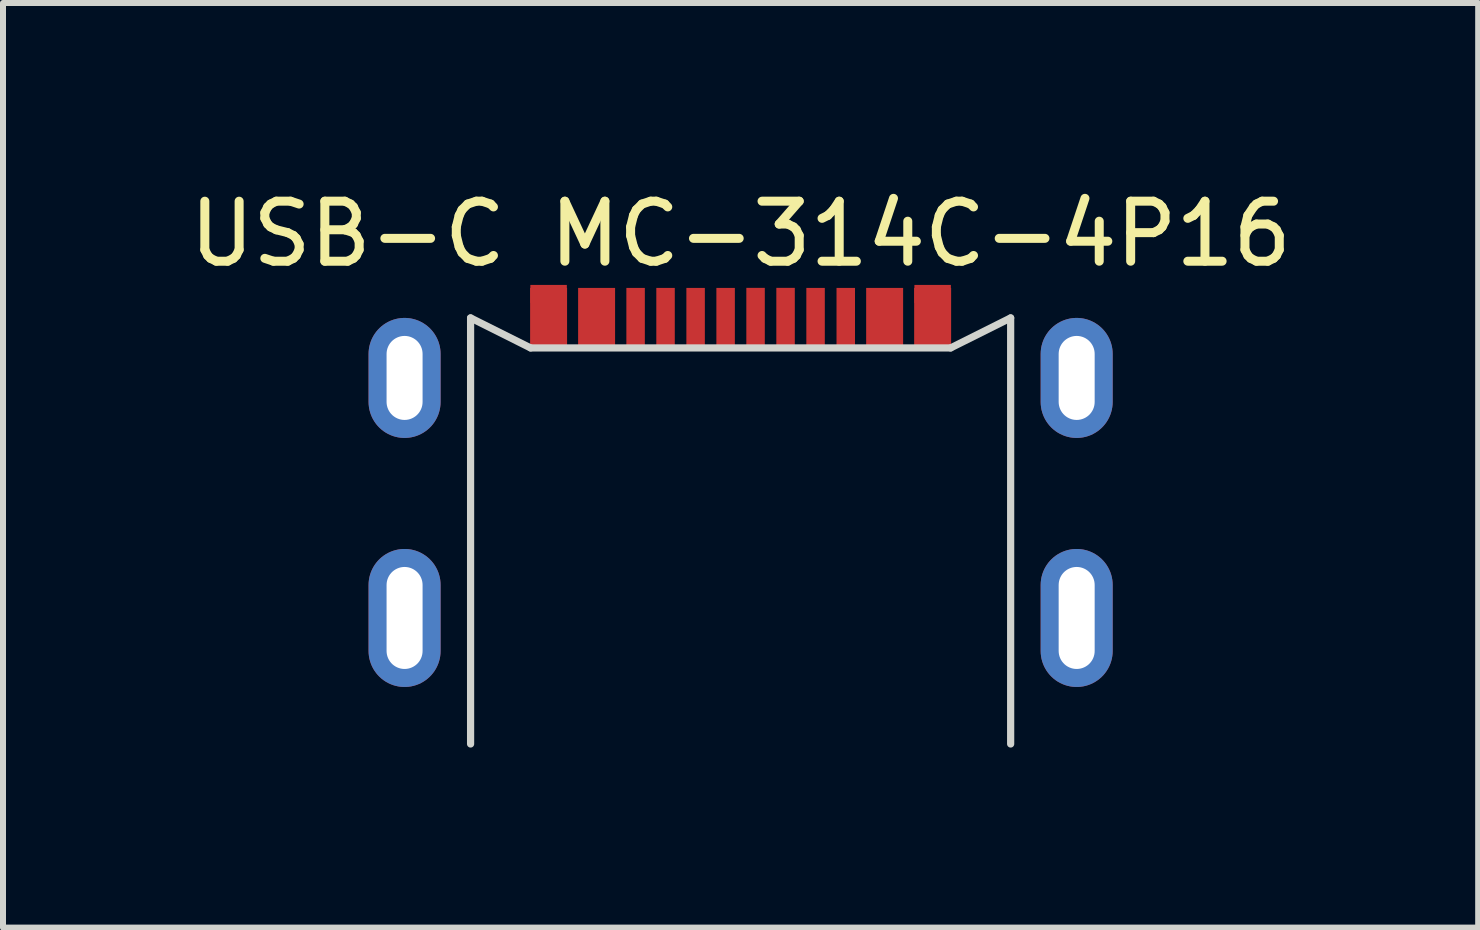
<source format=kicad_pcb>
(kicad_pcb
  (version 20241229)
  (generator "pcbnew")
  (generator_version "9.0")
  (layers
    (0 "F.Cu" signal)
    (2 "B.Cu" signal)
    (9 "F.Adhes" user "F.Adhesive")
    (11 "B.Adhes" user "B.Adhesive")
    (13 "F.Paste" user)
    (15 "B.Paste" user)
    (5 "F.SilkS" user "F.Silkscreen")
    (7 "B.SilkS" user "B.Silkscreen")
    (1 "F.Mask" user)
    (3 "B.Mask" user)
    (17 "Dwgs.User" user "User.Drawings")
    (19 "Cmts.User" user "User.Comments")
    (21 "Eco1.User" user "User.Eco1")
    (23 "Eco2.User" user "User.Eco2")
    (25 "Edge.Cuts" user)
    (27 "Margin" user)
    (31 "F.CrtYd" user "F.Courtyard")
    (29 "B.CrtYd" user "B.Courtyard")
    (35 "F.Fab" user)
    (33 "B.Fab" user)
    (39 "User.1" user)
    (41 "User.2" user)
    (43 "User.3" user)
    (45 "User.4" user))
  (footprint "USB-C MC-314C-4P16"
    (layer "F.Cu")
    (at 9.292 6.248)
    (property "Reference" "USB-C MC-314C-4P16" (at 0 -5.4 0) (unlocked yes) (layer "F.SilkS") (effects (font (size 1 1) (thickness 0.15))))
    (attr smd)
    (fp_line (start -4.5 -4) (end -4.5 3.1) (stroke (width 0.12) (type solid)) (layer "Edge.Cuts"))
    (fp_line (start -3.5 -3.5) (end -4.5 -4) (stroke (width 0.12) (type solid)) (layer "Edge.Cuts"))
    (fp_line (start 3.5 -3.5) (end -3.5 -3.5) (stroke (width 0.12) (type solid)) (layer "Edge.Cuts"))
    (fp_line (start 4.5 -4) (end 3.5 -3.5) (stroke (width 0.12) (type solid)) (layer "Edge.Cuts"))
    (fp_line (start 4.5 3.1) (end 4.5 -4) (stroke (width 0.12) (type solid)) (layer "Edge.Cuts"))
    (pad "A1" smd rect (at -3.2 -4 90) (size 1 0.616) (layers "F.Cu" "F.Mask" "F.Paste"))
    (pad "A1" smd rect (at 3.2 -4 90) (size 1 0.616) (layers "F.Cu" "F.Mask" "F.Paste"))
    (pad "A4" smd rect (at -2.4 -4 90) (size 1 0.616) (layers "F.Cu" "F.Mask" "F.Paste"))
    (pad "A5" smd rect (at -1.251 -4 90) (size 1 0.308) (layers "F.Cu" "F.Mask" "F.Paste"))
    (pad "A6" smd rect (at -0.25 -4 90) (size 1 0.308) (layers "F.Cu" "F.Mask" "F.Paste"))
    (pad "A7" smd rect (at 0.249 -4.001 90) (size 1 0.308) (layers "F.Cu" "F.Mask" "F.Paste"))
    (pad "A8" smd rect (at 1.249 -4 90) (size 1 0.308) (layers "F.Cu" "F.Mask" "F.Paste"))
    (pad "A9" smd rect (at 2.4 -4 90) (size 1 0.616) (layers "F.Cu" "F.Mask" "F.Paste"))
    (pad "B5" smd rect (at 1.752 -4 90) (size 1 0.308) (layers "F.Cu" "F.Mask" "F.Paste"))
    (pad "B6" smd rect (at 0.749 -4.001 90) (size 1 0.308) (layers "F.Cu" "F.Mask" "F.Paste"))
    (pad "B7" smd rect (at -0.75 -4 90) (size 1 0.308) (layers "F.Cu" "F.Mask" "F.Paste"))
    (pad "B8" smd rect (at -1.75 -4 90) (size 1 0.308) (layers "F.Cu" "F.Mask" "F.Paste"))
    (pad "B12" smd rect (at -3.2 -4.4 90) (size 0.3 0.608) (layers "F.Cu" "F.Mask" "F.Paste"))
    (pad "B12" smd rect (at 3.2 -4.4 90) (size 0.3 0.608) (layers "F.Cu" "F.Mask" "F.Paste"))
    (pad "S1" thru_hole oval (at -5.6 -3 90) (size 2 1.2) (drill oval 1.4 0.6) (layers "*.Cu" "*.Mask"))
    (pad "S1" thru_hole oval (at -5.6 1 90) (size 2.3 1.2) (drill oval 1.7 0.6) (layers "*.Cu" "*.Mask"))
    (pad "S1" thru_hole oval (at 5.6 -3 90) (size 2 1.2) (drill oval 1.4 0.6) (layers "*.Cu" "*.Mask"))
    (pad "S1" thru_hole oval (at 5.6 1 90) (size 2.3 1.2) (drill oval 1.7 0.6) (layers "*.Cu" "*.Mask")))
  (gr_rect
    (start -3 -3)
    (end 21.583 12.408)
    (stroke (width 0.1) (type default))
    (fill no)
    (layer "Edge.Cuts")))
</source>
